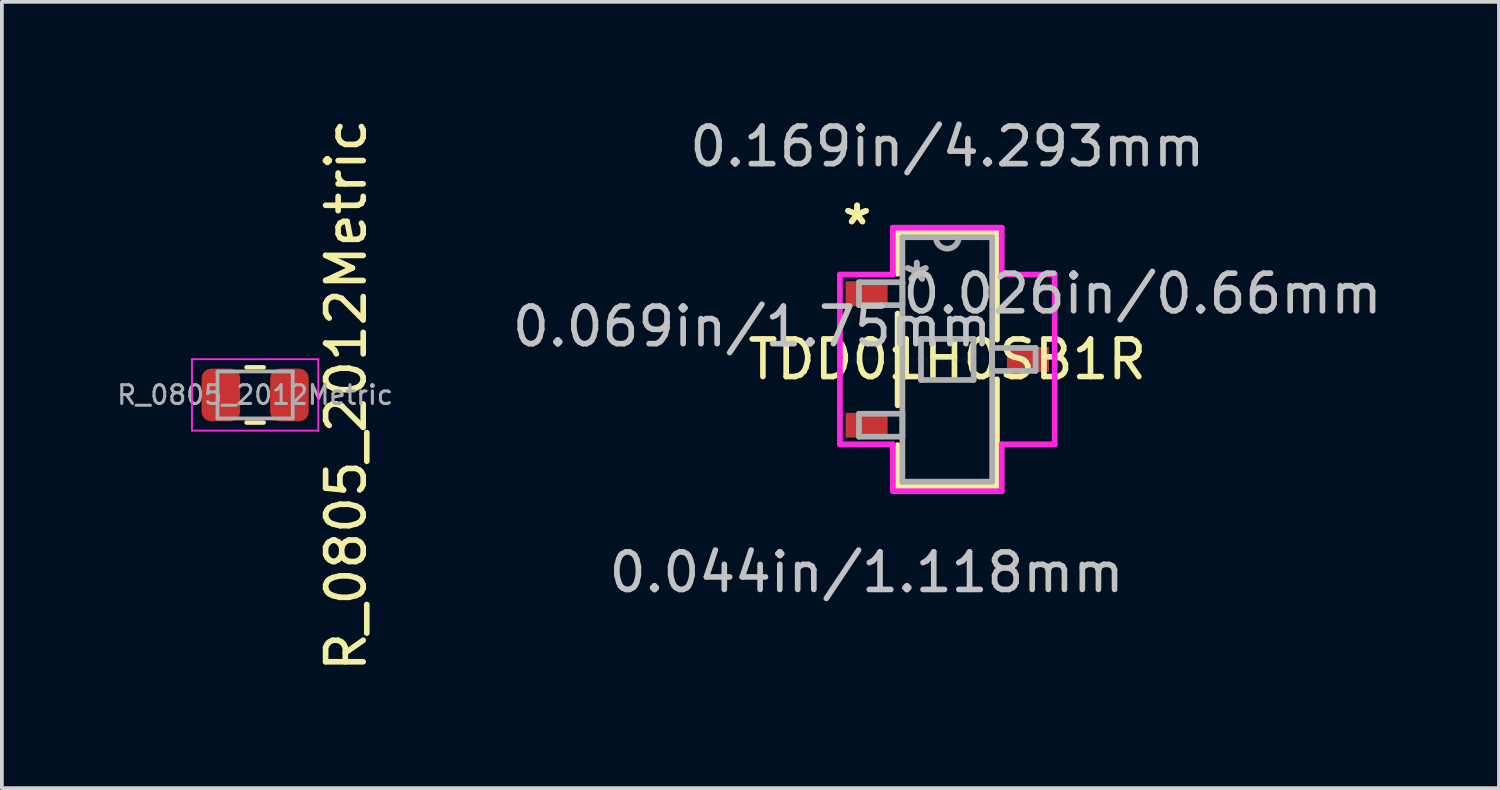
<source format=kicad_pcb>
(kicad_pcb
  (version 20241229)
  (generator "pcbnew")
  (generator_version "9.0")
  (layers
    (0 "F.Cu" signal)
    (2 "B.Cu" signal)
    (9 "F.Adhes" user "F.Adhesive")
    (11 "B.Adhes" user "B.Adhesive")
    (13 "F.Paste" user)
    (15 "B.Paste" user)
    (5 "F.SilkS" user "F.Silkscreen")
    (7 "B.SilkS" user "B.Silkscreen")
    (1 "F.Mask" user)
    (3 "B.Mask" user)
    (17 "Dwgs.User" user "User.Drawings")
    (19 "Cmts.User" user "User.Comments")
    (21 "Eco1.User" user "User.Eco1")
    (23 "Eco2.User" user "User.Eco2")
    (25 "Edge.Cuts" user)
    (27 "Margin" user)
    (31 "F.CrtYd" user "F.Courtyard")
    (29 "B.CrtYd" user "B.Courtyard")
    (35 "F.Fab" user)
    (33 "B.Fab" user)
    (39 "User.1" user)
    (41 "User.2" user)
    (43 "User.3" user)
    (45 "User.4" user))
  (footprint "R_0805_2012Metric"
    (layer "F.Cu")
    (at 3.737 7.456)
    (property "Reference" "R_0805_2012Metric" (at 2.42 0.003 270) (layer "F.SilkS") (effects (font (size 1 1) (thickness 0.15))))
    (attr smd)
    (fp_line (start -0.227 -0.735) (end 0.227 -0.735) (stroke (width 0.12) (type solid)) (layer "F.SilkS"))
    (fp_line (start -0.227 0.735) (end 0.227 0.735) (stroke (width 0.12) (type solid)) (layer "F.SilkS"))
    (fp_line (start -1.68 -0.95) (end 1.68 -0.95) (stroke (width 0.05) (type solid)) (layer "F.CrtYd"))
    (fp_line (start -1.68 0.95) (end -1.68 -0.95) (stroke (width 0.05) (type solid)) (layer "F.CrtYd"))
    (fp_line (start 1.68 -0.95) (end 1.68 0.95) (stroke (width 0.05) (type solid)) (layer "F.CrtYd"))
    (fp_line (start 1.68 0.95) (end -1.68 0.95) (stroke (width 0.05) (type solid)) (layer "F.CrtYd"))
    (fp_line (start -1 -0.625) (end 1 -0.625) (stroke (width 0.1) (type solid)) (layer "F.Fab"))
    (fp_line (start -1 0.625) (end -1 -0.625) (stroke (width 0.1) (type solid)) (layer "F.Fab"))
    (fp_line (start 1 -0.625) (end 1 0.625) (stroke (width 0.1) (type solid)) (layer "F.Fab"))
    (fp_line (start 1 0.625) (end -1 0.625) (stroke (width 0.1) (type solid)) (layer "F.Fab"))
    (fp_text user "${REFERENCE}" (at 0 0 0) (layer "F.Fab") (effects (font (size 0.5 0.5) (thickness 0.08))))
    (pad "1" smd roundrect (at -0.912 0) (size 1.025 1.4) (layers "F.Cu" "F.Mask" "F.Paste") (roundrect_rratio 0.244))
    (pad "2" smd roundrect (at 0.912 0) (size 1.025 1.4) (layers "F.Cu" "F.Mask" "F.Paste") (roundrect_rratio 0.244)))
  (footprint "TDD01H0SB1R"
    (layer "F.Cu")
    (at 22.15 6.512)
    (property "Reference" "TDD01H0SB1R" (at 0 0 0) (layer "F.SilkS") (effects (font (size 1 1) (thickness 0.15))))
    (attr through_hole)
    (fp_line (start -1.321 -3.378) (end -1.321 -2.279) (stroke (width 0.152) (type solid)) (layer "F.SilkS"))
    (fp_line (start -1.321 -1.221) (end -1.321 1.221) (stroke (width 0.152) (type solid)) (layer "F.SilkS"))
    (fp_line (start -1.321 2.279) (end -1.321 3.378) (stroke (width 0.152) (type solid)) (layer "F.SilkS"))
    (fp_line (start -1.321 3.378) (end 1.321 3.378) (stroke (width 0.152) (type solid)) (layer "F.SilkS"))
    (fp_line (start 1.321 -3.378) (end -1.321 -3.378) (stroke (width 0.152) (type solid)) (layer "F.SilkS"))
    (fp_line (start 1.321 -0.529) (end 1.321 -3.378) (stroke (width 0.152) (type solid)) (layer "F.SilkS"))
    (fp_line (start 1.321 3.378) (end 1.321 0.529) (stroke (width 0.152) (type solid)) (layer "F.SilkS"))
    (fp_line (start -2.857 -2.258) (end -1.448 -2.258) (stroke (width 0.152) (type solid)) (layer "F.CrtYd"))
    (fp_line (start -2.857 2.258) (end -2.857 -2.258) (stroke (width 0.152) (type solid)) (layer "F.CrtYd"))
    (fp_line (start -1.448 -3.505) (end 1.448 -3.505) (stroke (width 0.152) (type solid)) (layer "F.CrtYd"))
    (fp_line (start -1.448 -2.258) (end -1.448 -3.505) (stroke (width 0.152) (type solid)) (layer "F.CrtYd"))
    (fp_line (start -1.448 2.258) (end -2.857 2.258) (stroke (width 0.152) (type solid)) (layer "F.CrtYd"))
    (fp_line (start -1.448 3.505) (end -1.448 2.258) (stroke (width 0.152) (type solid)) (layer "F.CrtYd"))
    (fp_line (start 1.448 -3.505) (end 1.448 -2.258) (stroke (width 0.152) (type solid)) (layer "F.CrtYd"))
    (fp_line (start 1.448 -2.258) (end 2.857 -2.258) (stroke (width 0.152) (type solid)) (layer "F.CrtYd"))
    (fp_line (start 1.448 2.258) (end 1.448 3.505) (stroke (width 0.152) (type solid)) (layer "F.CrtYd"))
    (fp_line (start 1.448 3.505) (end -1.448 3.505) (stroke (width 0.152) (type solid)) (layer "F.CrtYd"))
    (fp_line (start 2.857 -2.258) (end 2.857 2.258) (stroke (width 0.152) (type solid)) (layer "F.CrtYd"))
    (fp_line (start 2.857 2.258) (end 1.448 2.258) (stroke (width 0.152) (type solid)) (layer "F.CrtYd"))
    (fp_line (start -2.349 -2.055) (end -2.349 -1.445) (stroke (width 0.152) (type solid)) (layer "F.Fab"))
    (fp_line (start -2.349 -1.445) (end -1.194 -1.445) (stroke (width 0.152) (type solid)) (layer "F.Fab"))
    (fp_line (start -2.349 1.445) (end -2.349 2.055) (stroke (width 0.152) (type solid)) (layer "F.Fab"))
    (fp_line (start -2.349 2.055) (end -1.194 2.055) (stroke (width 0.152) (type solid)) (layer "F.Fab"))
    (fp_line (start -1.194 -3.251) (end -1.194 3.251) (stroke (width 0.152) (type solid)) (layer "F.Fab"))
    (fp_line (start -1.194 -2.055) (end -2.349 -2.055) (stroke (width 0.152) (type solid)) (layer "F.Fab"))
    (fp_line (start -1.194 -1.445) (end -1.194 -2.055) (stroke (width 0.152) (type solid)) (layer "F.Fab"))
    (fp_line (start -1.194 1.445) (end -2.349 1.445) (stroke (width 0.152) (type solid)) (layer "F.Fab"))
    (fp_line (start -1.194 2.055) (end -1.194 1.445) (stroke (width 0.152) (type solid)) (layer "F.Fab"))
    (fp_line (start -1.194 3.251) (end 1.194 3.251) (stroke (width 0.152) (type solid)) (layer "F.Fab"))
    (fp_line (start -0.699 -0.546) (end 0.699 -0.546) (stroke (width 0.152) (type solid)) (layer "F.Fab"))
    (fp_line (start -0.699 0.546) (end -0.699 -0.546) (stroke (width 0.152) (type solid)) (layer "F.Fab"))
    (fp_line (start 0.699 -0.546) (end 0.699 0.546) (stroke (width 0.152) (type solid)) (layer "F.Fab"))
    (fp_line (start 0.699 0.546) (end -0.699 0.546) (stroke (width 0.152) (type solid)) (layer "F.Fab"))
    (fp_line (start 1.194 -3.251) (end -1.194 -3.251) (stroke (width 0.152) (type solid)) (layer "F.Fab"))
    (fp_line (start 1.194 -0.305) (end 1.194 0.305) (stroke (width 0.152) (type solid)) (layer "F.Fab"))
    (fp_line (start 1.194 0.305) (end 2.349 0.305) (stroke (width 0.152) (type solid)) (layer "F.Fab"))
    (fp_line (start 1.194 3.251) (end 1.194 -3.251) (stroke (width 0.152) (type solid)) (layer "F.Fab"))
    (fp_line (start 2.349 -0.305) (end 1.194 -0.305) (stroke (width 0.152) (type solid)) (layer "F.Fab"))
    (fp_line (start 2.349 0.305) (end 2.349 -0.305) (stroke (width 0.152) (type solid)) (layer "F.Fab"))
    (fp_arc (start 0.3048 -3.2512) (mid 0 -2.9464) (end -0.3048 -3.2512) (stroke (width 0.1524) (type solid)) (layer "F.Fab"))
    (fp_text user "*" (at -2.4 -3.553 0) (layer "F.SilkS") (effects (font (size 1 1) (thickness 0.15))))
    (fp_text user "*" (at -2.4 -3.553 0) (layer "F.SilkS") (effects (font (size 1 1) (thickness 0.15))))
    (fp_text user "0.069in/1.75mm" (at -5.194 -0.875 0) (layer "Dwgs.User") (effects (font (size 1 1) (thickness 0.15))))
    (fp_text user "0.169in/4.293mm" (at 0 -5.664 0) (layer "Dwgs.User") (effects (font (size 1 1) (thickness 0.15))))
    (fp_text user "0.044in/1.118mm" (at -2.146 5.664 0) (layer "Dwgs.User") (effects (font (size 1 1) (thickness 0.15))))
    (fp_text user "0.026in/0.66mm" (at 5.194 -1.75 0) (layer "Dwgs.User") (effects (font (size 1 1) (thickness 0.15))))
    (fp_text user "Copyright 2016 Accelerated Designs. All rights reserved." (at 0 0 0) (layer "Cmts.User") (effects (font (size 0.127 0.127) (thickness 0.002))))
    (fp_text user "*" (at -0.813 -2.029 0) (layer "F.Fab") (effects (font (size 1 1) (thickness 0.15))))
    (fp_text user "*" (at -0.813 -2.029 0) (layer "F.Fab") (effects (font (size 1 1) (thickness 0.15))))
    (pad "1" smd rect (at -2.146 -1.75) (size 1.118 0.66) (layers "F.Cu" "F.Mask" "F.Paste"))
    (pad "2" smd rect (at 2.146 0) (size 1.118 0.66) (layers "F.Cu" "F.Mask" "F.Paste"))
    (pad "3" smd rect (at -2.146 1.75) (size 1.118 0.66) (layers "F.Cu" "F.Mask" "F.Paste")))
  (gr_rect
    (start -3 -3)
    (end 36.826 17.917)
    (stroke (width 0.1) (type default))
    (fill no)
    (layer "Edge.Cuts")))
</source>
